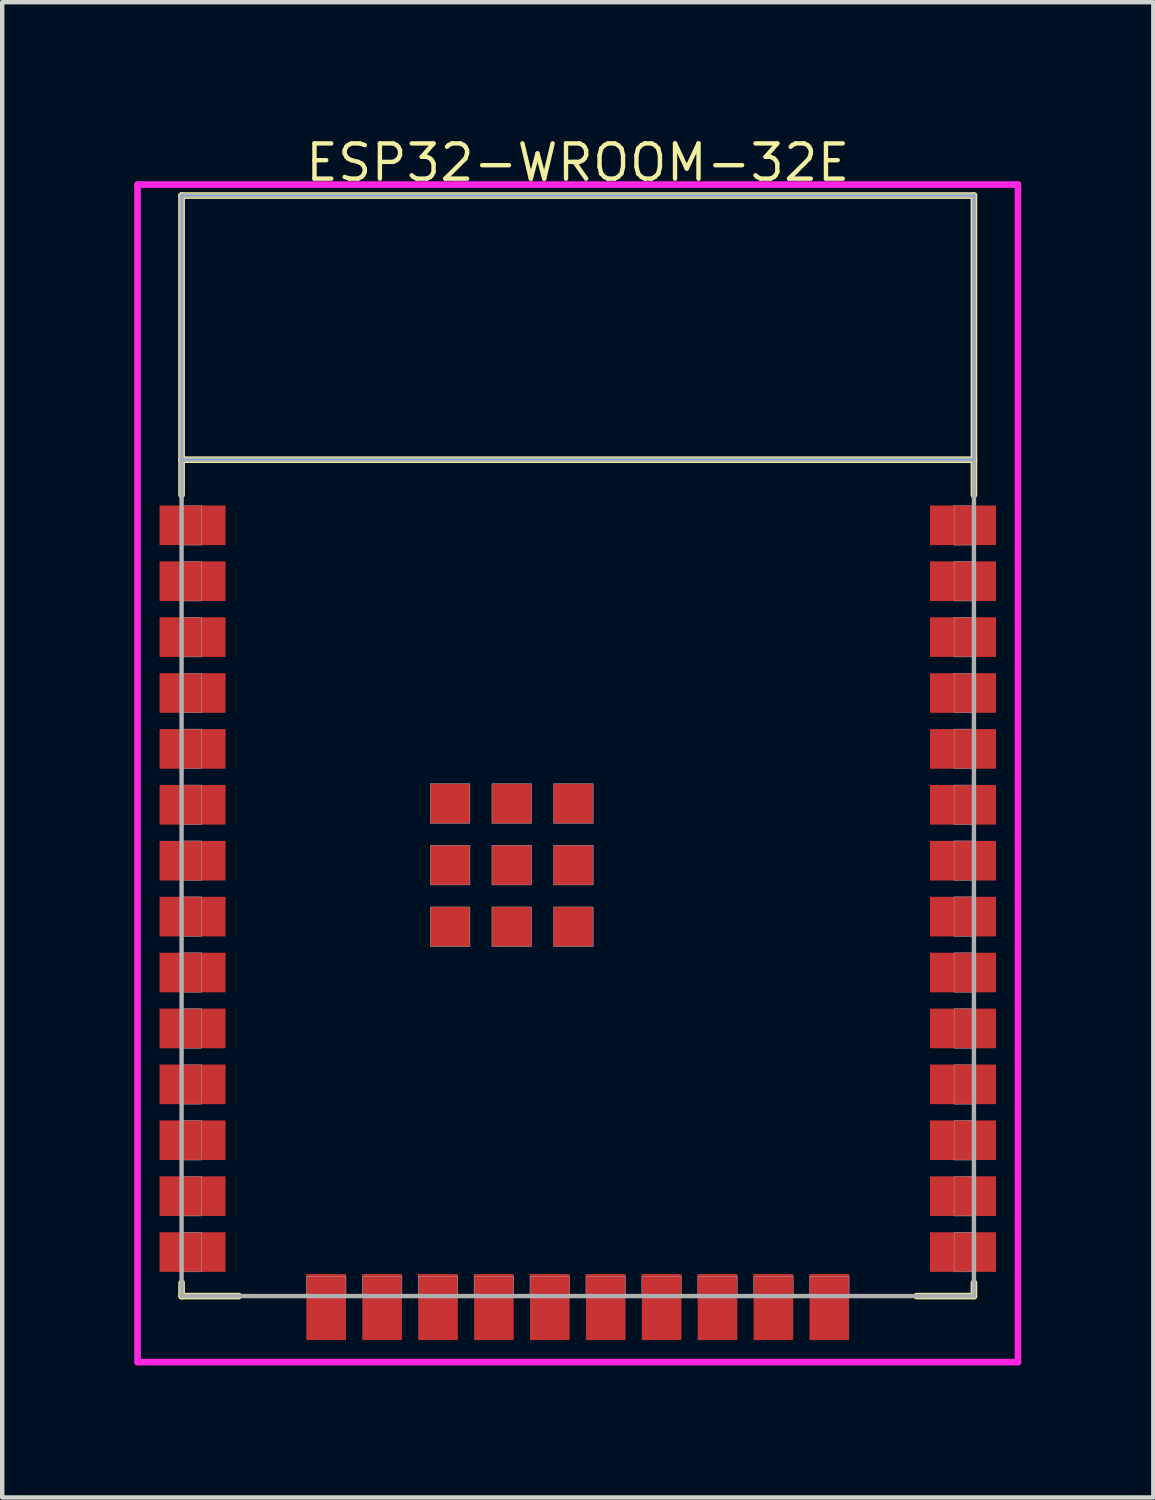
<source format=kicad_pcb>
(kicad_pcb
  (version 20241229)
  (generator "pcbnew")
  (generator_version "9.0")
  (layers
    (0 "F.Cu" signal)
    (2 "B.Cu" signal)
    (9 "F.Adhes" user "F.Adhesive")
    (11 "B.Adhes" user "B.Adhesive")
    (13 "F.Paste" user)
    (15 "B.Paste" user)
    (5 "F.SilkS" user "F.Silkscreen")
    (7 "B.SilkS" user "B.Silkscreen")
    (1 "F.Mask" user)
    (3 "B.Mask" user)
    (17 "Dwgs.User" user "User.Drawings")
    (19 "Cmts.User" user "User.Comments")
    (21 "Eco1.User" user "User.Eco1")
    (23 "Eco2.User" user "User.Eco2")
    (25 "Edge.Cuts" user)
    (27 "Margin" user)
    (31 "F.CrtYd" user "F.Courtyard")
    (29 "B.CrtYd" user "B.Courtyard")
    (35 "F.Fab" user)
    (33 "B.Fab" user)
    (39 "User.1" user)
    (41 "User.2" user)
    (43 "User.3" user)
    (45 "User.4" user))
  (footprint "ESP32-WROOM-32E"
    (layer "F.Cu")
    (at 10.075 26.893)
    (property "Reference" "ESP32-WROOM-32E" (at 0 -26.25 0) (layer "F.SilkS") (effects (font (size 0.8 0.8) (thickness 0.1))))
    (attr smd)
    (fp_line (start -9 -25.5) (end -9 -19.5) (stroke (width 0.15) (type solid)) (layer "F.SilkS"))
    (fp_line (start -9 -25.5) (end 9 -25.5) (stroke (width 0.15) (type solid)) (layer "F.SilkS"))
    (fp_line (start -9 -19.5) (end -9 -18.7) (stroke (width 0.15) (type solid)) (layer "F.SilkS"))
    (fp_line (start -9 -0.8) (end -9 -0.5) (stroke (width 0.15) (type solid)) (layer "F.SilkS"))
    (fp_line (start -9 -0.5) (end -7.7 -0.5) (stroke (width 0.15) (type solid)) (layer "F.SilkS"))
    (fp_line (start 7.7 -0.5) (end 9 -0.5) (stroke (width 0.15) (type solid)) (layer "F.SilkS"))
    (fp_line (start 9 -25.5) (end 9 -19.5) (stroke (width 0.15) (type solid)) (layer "F.SilkS"))
    (fp_line (start 9 -19.5) (end -9 -19.5) (stroke (width 0.15) (type solid)) (layer "F.SilkS"))
    (fp_line (start 9 -19.5) (end 9 -18.7) (stroke (width 0.15) (type solid)) (layer "F.SilkS"))
    (fp_line (start 9 -0.5) (end 9 -0.8) (stroke (width 0.15) (type solid)) (layer "F.SilkS"))
    (fp_poly (pts (xy -9 -25.5) (xy 9 -25.5) (xy 9 -19.5) (xy -9 -19.5)) (stroke (width 0.01) (type solid)) (fill no) (layer "B.CrtYd"))
    (fp_line (start -10 -25.75) (end 10 -25.75) (stroke (width 0.15) (type solid)) (layer "F.CrtYd"))
    (fp_line (start -10 1) (end -10 -25.75) (stroke (width 0.15) (type solid)) (layer "F.CrtYd"))
    (fp_line (start 10 -25.75) (end 10 1) (stroke (width 0.15) (type solid)) (layer "F.CrtYd"))
    (fp_line (start 10 1) (end -10 1) (stroke (width 0.15) (type solid)) (layer "F.CrtYd"))
    (fp_poly (pts (xy -9 -25.5) (xy 9 -25.5) (xy 9 -19.5) (xy -9 -19.5)) (stroke (width 0.01) (type solid)) (fill no) (layer "F.CrtYd"))
    (fp_line (start -9 -25.5) (end -9 -19.5) (stroke (width 0.1) (type solid)) (layer "F.Fab"))
    (fp_line (start -9 -19.5) (end -9 -0.5) (stroke (width 0.1) (type solid)) (layer "F.Fab"))
    (fp_line (start -9 -19.5) (end 9 -19.5) (stroke (width 0.1) (type solid)) (layer "F.Fab"))
    (fp_line (start -9 -0.5) (end 9 -0.5) (stroke (width 0.1) (type solid)) (layer "F.Fab"))
    (fp_line (start 9 -25.5) (end -9 -25.5) (stroke (width 0.1) (type solid)) (layer "F.Fab"))
    (fp_line (start 9 -19.5) (end 9 -25.5) (stroke (width 0.1) (type solid)) (layer "F.Fab"))
    (fp_line (start 9 -0.5) (end 9 -19.5) (stroke (width 0.1) (type solid)) (layer "F.Fab"))
    (fp_poly (pts (xy -9 -18.46) (xy -8.55 -18.46) (xy -8.55 -17.56) (xy -9 -17.56)) (stroke (width 0.01) (type solid)) (fill no) (layer "F.Fab"))
    (fp_poly (pts (xy -9 -17.19) (xy -8.55 -17.19) (xy -8.55 -16.29) (xy -9 -16.29)) (stroke (width 0.01) (type solid)) (fill no) (layer "F.Fab"))
    (fp_poly (pts (xy -9 -15.92) (xy -8.55 -15.92) (xy -8.55 -15.02) (xy -9 -15.02)) (stroke (width 0.01) (type solid)) (fill no) (layer "F.Fab"))
    (fp_poly (pts (xy -9 -14.65) (xy -8.55 -14.65) (xy -8.55 -13.75) (xy -9 -13.75)) (stroke (width 0.01) (type solid)) (fill no) (layer "F.Fab"))
    (fp_poly (pts (xy -9 -13.38) (xy -8.55 -13.38) (xy -8.55 -12.48) (xy -9 -12.48)) (stroke (width 0.01) (type solid)) (fill no) (layer "F.Fab"))
    (fp_poly (pts (xy -9 -12.11) (xy -8.55 -12.11) (xy -8.55 -11.21) (xy -9 -11.21)) (stroke (width 0.01) (type solid)) (fill no) (layer "F.Fab"))
    (fp_poly (pts (xy -9 -10.84) (xy -8.55 -10.84) (xy -8.55 -9.94) (xy -9 -9.94)) (stroke (width 0.01) (type solid)) (fill no) (layer "F.Fab"))
    (fp_poly (pts (xy -9 -9.57) (xy -8.55 -9.57) (xy -8.55 -8.67) (xy -9 -8.67)) (stroke (width 0.01) (type solid)) (fill no) (layer "F.Fab"))
    (fp_poly (pts (xy -9 -8.3) (xy -8.55 -8.3) (xy -8.55 -7.4) (xy -9 -7.4)) (stroke (width 0.01) (type solid)) (fill no) (layer "F.Fab"))
    (fp_poly (pts (xy -9 -7.03) (xy -8.55 -7.03) (xy -8.55 -6.13) (xy -9 -6.13)) (stroke (width 0.01) (type solid)) (fill no) (layer "F.Fab"))
    (fp_poly (pts (xy -9 -5.76) (xy -8.55 -5.76) (xy -8.55 -4.86) (xy -9 -4.86)) (stroke (width 0.01) (type solid)) (fill no) (layer "F.Fab"))
    (fp_poly (pts (xy -9 -4.49) (xy -8.55 -4.49) (xy -8.55 -3.59) (xy -9 -3.59)) (stroke (width 0.01) (type solid)) (fill no) (layer "F.Fab"))
    (fp_poly (pts (xy -9 -3.22) (xy -8.55 -3.22) (xy -8.55 -2.32) (xy -9 -2.32)) (stroke (width 0.01) (type solid)) (fill no) (layer "F.Fab"))
    (fp_poly (pts (xy -9 -1.95) (xy -8.55 -1.95) (xy -8.55 -1.05) (xy -9 -1.05)) (stroke (width 0.01) (type solid)) (fill no) (layer "F.Fab"))
    (fp_poly (pts (xy -6.165 -0.95) (xy -5.265 -0.95) (xy -5.265 -0.5) (xy -6.165 -0.5)) (stroke (width 0.01) (type solid)) (fill no) (layer "F.Fab"))
    (fp_poly (pts (xy -4.895 -0.95) (xy -3.995 -0.95) (xy -3.995 -0.5) (xy -4.895 -0.5)) (stroke (width 0.01) (type solid)) (fill no) (layer "F.Fab"))
    (fp_poly (pts (xy -3.625 -0.95) (xy -2.725 -0.95) (xy -2.725 -0.5) (xy -3.625 -0.5)) (stroke (width 0.01) (type solid)) (fill no) (layer "F.Fab"))
    (fp_poly (pts (xy -3.35 -12.14) (xy -2.45 -12.14) (xy -2.45 -11.24) (xy -3.35 -11.24)) (stroke (width 0.01) (type solid)) (fill no) (layer "F.Fab"))
    (fp_poly (pts (xy -3.35 -10.74) (xy -2.45 -10.74) (xy -2.45 -9.84) (xy -3.35 -9.84)) (stroke (width 0.01) (type solid)) (fill no) (layer "F.Fab"))
    (fp_poly (pts (xy -3.35 -9.34) (xy -2.45 -9.34) (xy -2.45 -8.44) (xy -3.35 -8.44)) (stroke (width 0.01) (type solid)) (fill no) (layer "F.Fab"))
    (fp_poly (pts (xy -2.355 -0.95) (xy -1.455 -0.95) (xy -1.455 -0.5) (xy -2.355 -0.5)) (stroke (width 0.01) (type solid)) (fill no) (layer "F.Fab"))
    (fp_poly (pts (xy -1.95 -12.14) (xy -1.05 -12.14) (xy -1.05 -11.24) (xy -1.95 -11.24)) (stroke (width 0.01) (type solid)) (fill no) (layer "F.Fab"))
    (fp_poly (pts (xy -1.95 -10.74) (xy -1.05 -10.74) (xy -1.05 -9.84) (xy -1.95 -9.84)) (stroke (width 0.01) (type solid)) (fill no) (layer "F.Fab"))
    (fp_poly (pts (xy -1.95 -9.34) (xy -1.05 -9.34) (xy -1.05 -8.44) (xy -1.95 -8.44)) (stroke (width 0.01) (type solid)) (fill no) (layer "F.Fab"))
    (fp_poly (pts (xy -1.085 -0.95) (xy -0.185 -0.95) (xy -0.185 -0.5) (xy -1.085 -0.5)) (stroke (width 0.01) (type solid)) (fill no) (layer "F.Fab"))
    (fp_poly (pts (xy -0.55 -12.14) (xy 0.35 -12.14) (xy 0.35 -11.24) (xy -0.55 -11.24)) (stroke (width 0.01) (type solid)) (fill no) (layer "F.Fab"))
    (fp_poly (pts (xy -0.55 -10.74) (xy 0.35 -10.74) (xy 0.35 -9.84) (xy -0.55 -9.84)) (stroke (width 0.01) (type solid)) (fill no) (layer "F.Fab"))
    (fp_poly (pts (xy -0.55 -9.34) (xy 0.35 -9.34) (xy 0.35 -8.44) (xy -0.55 -8.44)) (stroke (width 0.01) (type solid)) (fill no) (layer "F.Fab"))
    (fp_poly (pts (xy 0.185 -0.95) (xy 1.085 -0.95) (xy 1.085 -0.5) (xy 0.185 -0.5)) (stroke (width 0.01) (type solid)) (fill no) (layer "F.Fab"))
    (fp_poly (pts (xy 1.455 -0.95) (xy 2.355 -0.95) (xy 2.355 -0.5) (xy 1.455 -0.5)) (stroke (width 0.01) (type solid)) (fill no) (layer "F.Fab"))
    (fp_poly (pts (xy 2.725 -0.95) (xy 3.625 -0.95) (xy 3.625 -0.5) (xy 2.725 -0.5)) (stroke (width 0.01) (type solid)) (fill no) (layer "F.Fab"))
    (fp_poly (pts (xy 3.995 -0.95) (xy 4.895 -0.95) (xy 4.895 -0.5) (xy 3.995 -0.5)) (stroke (width 0.01) (type solid)) (fill no) (layer "F.Fab"))
    (fp_poly (pts (xy 5.265 -0.95) (xy 6.165 -0.95) (xy 6.165 -0.5) (xy 5.265 -0.5)) (stroke (width 0.01) (type solid)) (fill no) (layer "F.Fab"))
    (fp_poly (pts (xy 8.55 -18.46) (xy 9 -18.46) (xy 9 -17.56) (xy 8.55 -17.56)) (stroke (width 0.01) (type solid)) (fill no) (layer "F.Fab"))
    (fp_poly (pts (xy 8.55 -17.19) (xy 9 -17.19) (xy 9 -16.29) (xy 8.55 -16.29)) (stroke (width 0.01) (type solid)) (fill no) (layer "F.Fab"))
    (fp_poly (pts (xy 8.55 -15.92) (xy 9 -15.92) (xy 9 -15.02) (xy 8.55 -15.02)) (stroke (width 0.01) (type solid)) (fill no) (layer "F.Fab"))
    (fp_poly (pts (xy 8.55 -14.65) (xy 9 -14.65) (xy 9 -13.75) (xy 8.55 -13.75)) (stroke (width 0.01) (type solid)) (fill no) (layer "F.Fab"))
    (fp_poly (pts (xy 8.55 -13.38) (xy 9 -13.38) (xy 9 -12.48) (xy 8.55 -12.48)) (stroke (width 0.01) (type solid)) (fill no) (layer "F.Fab"))
    (fp_poly (pts (xy 8.55 -12.11) (xy 9 -12.11) (xy 9 -11.21) (xy 8.55 -11.21)) (stroke (width 0.01) (type solid)) (fill no) (layer "F.Fab"))
    (fp_poly (pts (xy 8.55 -10.84) (xy 9 -10.84) (xy 9 -9.94) (xy 8.55 -9.94)) (stroke (width 0.01) (type solid)) (fill no) (layer "F.Fab"))
    (fp_poly (pts (xy 8.55 -9.57) (xy 9 -9.57) (xy 9 -8.67) (xy 8.55 -8.67)) (stroke (width 0.01) (type solid)) (fill no) (layer "F.Fab"))
    (fp_poly (pts (xy 8.55 -8.3) (xy 9 -8.3) (xy 9 -7.4) (xy 8.55 -7.4)) (stroke (width 0.01) (type solid)) (fill no) (layer "F.Fab"))
    (fp_poly (pts (xy 8.55 -7.03) (xy 9 -7.03) (xy 9 -6.13) (xy 8.55 -6.13)) (stroke (width 0.01) (type solid)) (fill no) (layer "F.Fab"))
    (fp_poly (pts (xy 8.55 -5.76) (xy 9 -5.76) (xy 9 -4.86) (xy 8.55 -4.86)) (stroke (width 0.01) (type solid)) (fill no) (layer "F.Fab"))
    (fp_poly (pts (xy 8.55 -4.49) (xy 9 -4.49) (xy 9 -3.59) (xy 8.55 -3.59)) (stroke (width 0.01) (type solid)) (fill no) (layer "F.Fab"))
    (fp_poly (pts (xy 8.55 -3.22) (xy 9 -3.22) (xy 9 -2.32) (xy 8.55 -2.32)) (stroke (width 0.01) (type solid)) (fill no) (layer "F.Fab"))
    (fp_poly (pts (xy 8.55 -1.95) (xy 9 -1.95) (xy 9 -1.05) (xy 8.55 -1.05)) (stroke (width 0.01) (type solid)) (fill no) (layer "F.Fab"))
    (pad "1" smd rect (at -8.75 -18.01) (size 1.5 0.9) (layers "F.Cu" "F.Mask" "F.Paste"))
    (pad "2" smd rect (at -8.75 -16.74) (size 1.5 0.9) (layers "F.Cu" "F.Mask" "F.Paste"))
    (pad "3" smd rect (at -8.75 -15.47) (size 1.5 0.9) (layers "F.Cu" "F.Mask" "F.Paste"))
    (pad "4" smd rect (at -8.75 -14.2) (size 1.5 0.9) (layers "F.Cu" "F.Mask" "F.Paste"))
    (pad "5" smd rect (at -8.75 -12.93) (size 1.5 0.9) (layers "F.Cu" "F.Mask" "F.Paste"))
    (pad "6" smd rect (at -8.75 -11.66) (size 1.5 0.9) (layers "F.Cu" "F.Mask" "F.Paste"))
    (pad "7" smd rect (at -8.75 -10.39) (size 1.5 0.9) (layers "F.Cu" "F.Mask" "F.Paste"))
    (pad "8" smd rect (at -8.75 -9.12) (size 1.5 0.9) (layers "F.Cu" "F.Mask" "F.Paste"))
    (pad "9" smd rect (at -8.75 -7.85) (size 1.5 0.9) (layers "F.Cu" "F.Mask" "F.Paste"))
    (pad "10" smd rect (at -8.75 -6.58) (size 1.5 0.9) (layers "F.Cu" "F.Mask" "F.Paste"))
    (pad "11" smd rect (at -8.75 -5.31) (size 1.5 0.9) (layers "F.Cu" "F.Mask" "F.Paste"))
    (pad "12" smd rect (at -8.75 -4.04) (size 1.5 0.9) (layers "F.Cu" "F.Mask" "F.Paste"))
    (pad "13" smd rect (at -8.75 -2.77) (size 1.5 0.9) (layers "F.Cu" "F.Mask" "F.Paste"))
    (pad "14" smd rect (at -8.75 -1.5) (size 1.5 0.9) (layers "F.Cu" "F.Mask" "F.Paste"))
    (pad "15" smd rect (at -5.715 -0.25) (size 0.9 1.5) (layers "F.Cu" "F.Mask" "F.Paste"))
    (pad "16" smd rect (at -4.445 -0.25) (size 0.9 1.5) (layers "F.Cu" "F.Mask" "F.Paste"))
    (pad "17" smd rect (at -3.175 -0.25) (size 0.9 1.5) (layers "F.Cu" "F.Mask" "F.Paste"))
    (pad "18" smd rect (at -1.905 -0.25) (size 0.9 1.5) (layers "F.Cu" "F.Mask" "F.Paste"))
    (pad "19" smd rect (at -0.635 -0.25) (size 0.9 1.5) (layers "F.Cu" "F.Mask" "F.Paste"))
    (pad "20" smd rect (at 0.635 -0.25) (size 0.9 1.5) (layers "F.Cu" "F.Mask" "F.Paste"))
    (pad "21" smd rect (at 1.905 -0.25) (size 0.9 1.5) (layers "F.Cu" "F.Mask" "F.Paste"))
    (pad "22" smd rect (at 3.175 -0.25) (size 0.9 1.5) (layers "F.Cu" "F.Mask" "F.Paste"))
    (pad "23" smd rect (at 4.445 -0.25) (size 0.9 1.5) (layers "F.Cu" "F.Mask" "F.Paste"))
    (pad "24" smd rect (at 5.715 -0.25) (size 0.9 1.5) (layers "F.Cu" "F.Mask" "F.Paste"))
    (pad "25" smd rect (at 8.75 -1.5) (size 1.5 0.9) (layers "F.Cu" "F.Mask" "F.Paste"))
    (pad "26" smd rect (at 8.75 -2.77) (size 1.5 0.9) (layers "F.Cu" "F.Mask" "F.Paste"))
    (pad "27" smd rect (at 8.75 -4.04) (size 1.5 0.9) (layers "F.Cu" "F.Mask" "F.Paste"))
    (pad "28" smd rect (at 8.75 -5.31) (size 1.5 0.9) (layers "F.Cu" "F.Mask" "F.Paste"))
    (pad "29" smd rect (at 8.75 -6.58) (size 1.5 0.9) (layers "F.Cu" "F.Mask" "F.Paste"))
    (pad "30" smd rect (at 8.75 -7.85) (size 1.5 0.9) (layers "F.Cu" "F.Mask" "F.Paste"))
    (pad "31" smd rect (at 8.75 -9.12) (size 1.5 0.9) (layers "F.Cu" "F.Mask" "F.Paste"))
    (pad "32" smd rect (at 8.75 -10.39) (size 1.5 0.9) (layers "F.Cu" "F.Mask" "F.Paste"))
    (pad "33" smd rect (at 8.75 -11.66) (size 1.5 0.9) (layers "F.Cu" "F.Mask" "F.Paste"))
    (pad "34" smd rect (at 8.75 -12.93) (size 1.5 0.9) (layers "F.Cu" "F.Mask" "F.Paste"))
    (pad "35" smd rect (at 8.75 -14.2) (size 1.5 0.9) (layers "F.Cu" "F.Mask" "F.Paste"))
    (pad "36" smd rect (at 8.75 -15.47) (size 1.5 0.9) (layers "F.Cu" "F.Mask" "F.Paste"))
    (pad "37" smd rect (at 8.75 -16.74) (size 1.5 0.9) (layers "F.Cu" "F.Mask" "F.Paste"))
    (pad "38" smd rect (at 8.75 -18.01) (size 1.5 0.9) (layers "F.Cu" "F.Mask" "F.Paste"))
    (pad "PAD@1" smd rect (at -2.9 -11.69) (size 0.9 0.9) (layers "F.Cu" "F.Mask" "F.Paste"))
    (pad "PAD@2" smd rect (at -1.5 -11.69) (size 0.9 0.9) (layers "F.Cu" "F.Mask" "F.Paste"))
    (pad "PAD@3" smd rect (at -0.1 -11.69) (size 0.9 0.9) (layers "F.Cu" "F.Mask" "F.Paste"))
    (pad "PAD@4" smd rect (at -2.9 -10.29) (size 0.9 0.9) (layers "F.Cu" "F.Mask" "F.Paste"))
    (pad "PAD@5" smd rect (at -1.5 -10.29) (size 0.9 0.9) (layers "F.Cu" "F.Mask" "F.Paste"))
    (pad "PAD@6" smd rect (at -0.1 -10.29) (size 0.9 0.9) (layers "F.Cu" "F.Mask" "F.Paste"))
    (pad "PAD@7" smd rect (at -2.9 -8.89) (size 0.9 0.9) (layers "F.Cu" "F.Mask" "F.Paste"))
    (pad "PAD@8" smd rect (at -1.5 -8.89) (size 0.9 0.9) (layers "F.Cu" "F.Mask" "F.Paste"))
    (pad "PAD@9" smd rect (at -0.1 -8.89) (size 0.9 0.9) (layers "F.Cu" "F.Mask" "F.Paste"))
    (zone (net_name "") (layer "F.Cu") (hatch full 0.508) (connect_pads) (min_thickness 0.01) (filled_areas_thickness no) (keepout (tracks not_allowed) (vias not_allowed) (pads not_allowed) (copperpour not_allowed) (footprints allowed)) (placement (enabled no)) (fill) (polygon (pts (xy 1.075 1.393) (xy 19.075 1.393) (xy 19.075 7.394) (xy 1.075 7.394))))
    (zone (net_name "") (layers "F.Cu" "B.Cu") (hatch full 0.508) (connect_pads) (min_thickness 0.01) (filled_areas_thickness no) (keepout (tracks allowed) (vias not_allowed) (pads allowed) (copperpour allowed) (footprints allowed)) (placement (enabled no)) (fill) (polygon (pts (xy 1.075 1.393) (xy 19.075 1.393) (xy 19.075 7.394) (xy 1.075 7.394))))
    (zone (net_name "") (layer "B.Cu") (hatch full 0.508) (connect_pads) (min_thickness 0.01) (filled_areas_thickness no) (keepout (tracks not_allowed) (vias not_allowed) (pads not_allowed) (copperpour not_allowed) (footprints allowed)) (placement (enabled no)) (fill) (polygon (pts (xy 1.075 1.393) (xy 19.075 1.393) (xy 19.075 7.394) (xy 1.075 7.394)))))
  (gr_rect
    (start -3 -3)
    (end 23.15 30.968)
    (stroke (width 0.1) (type default))
    (fill no)
    (layer "Edge.Cuts")))
</source>
